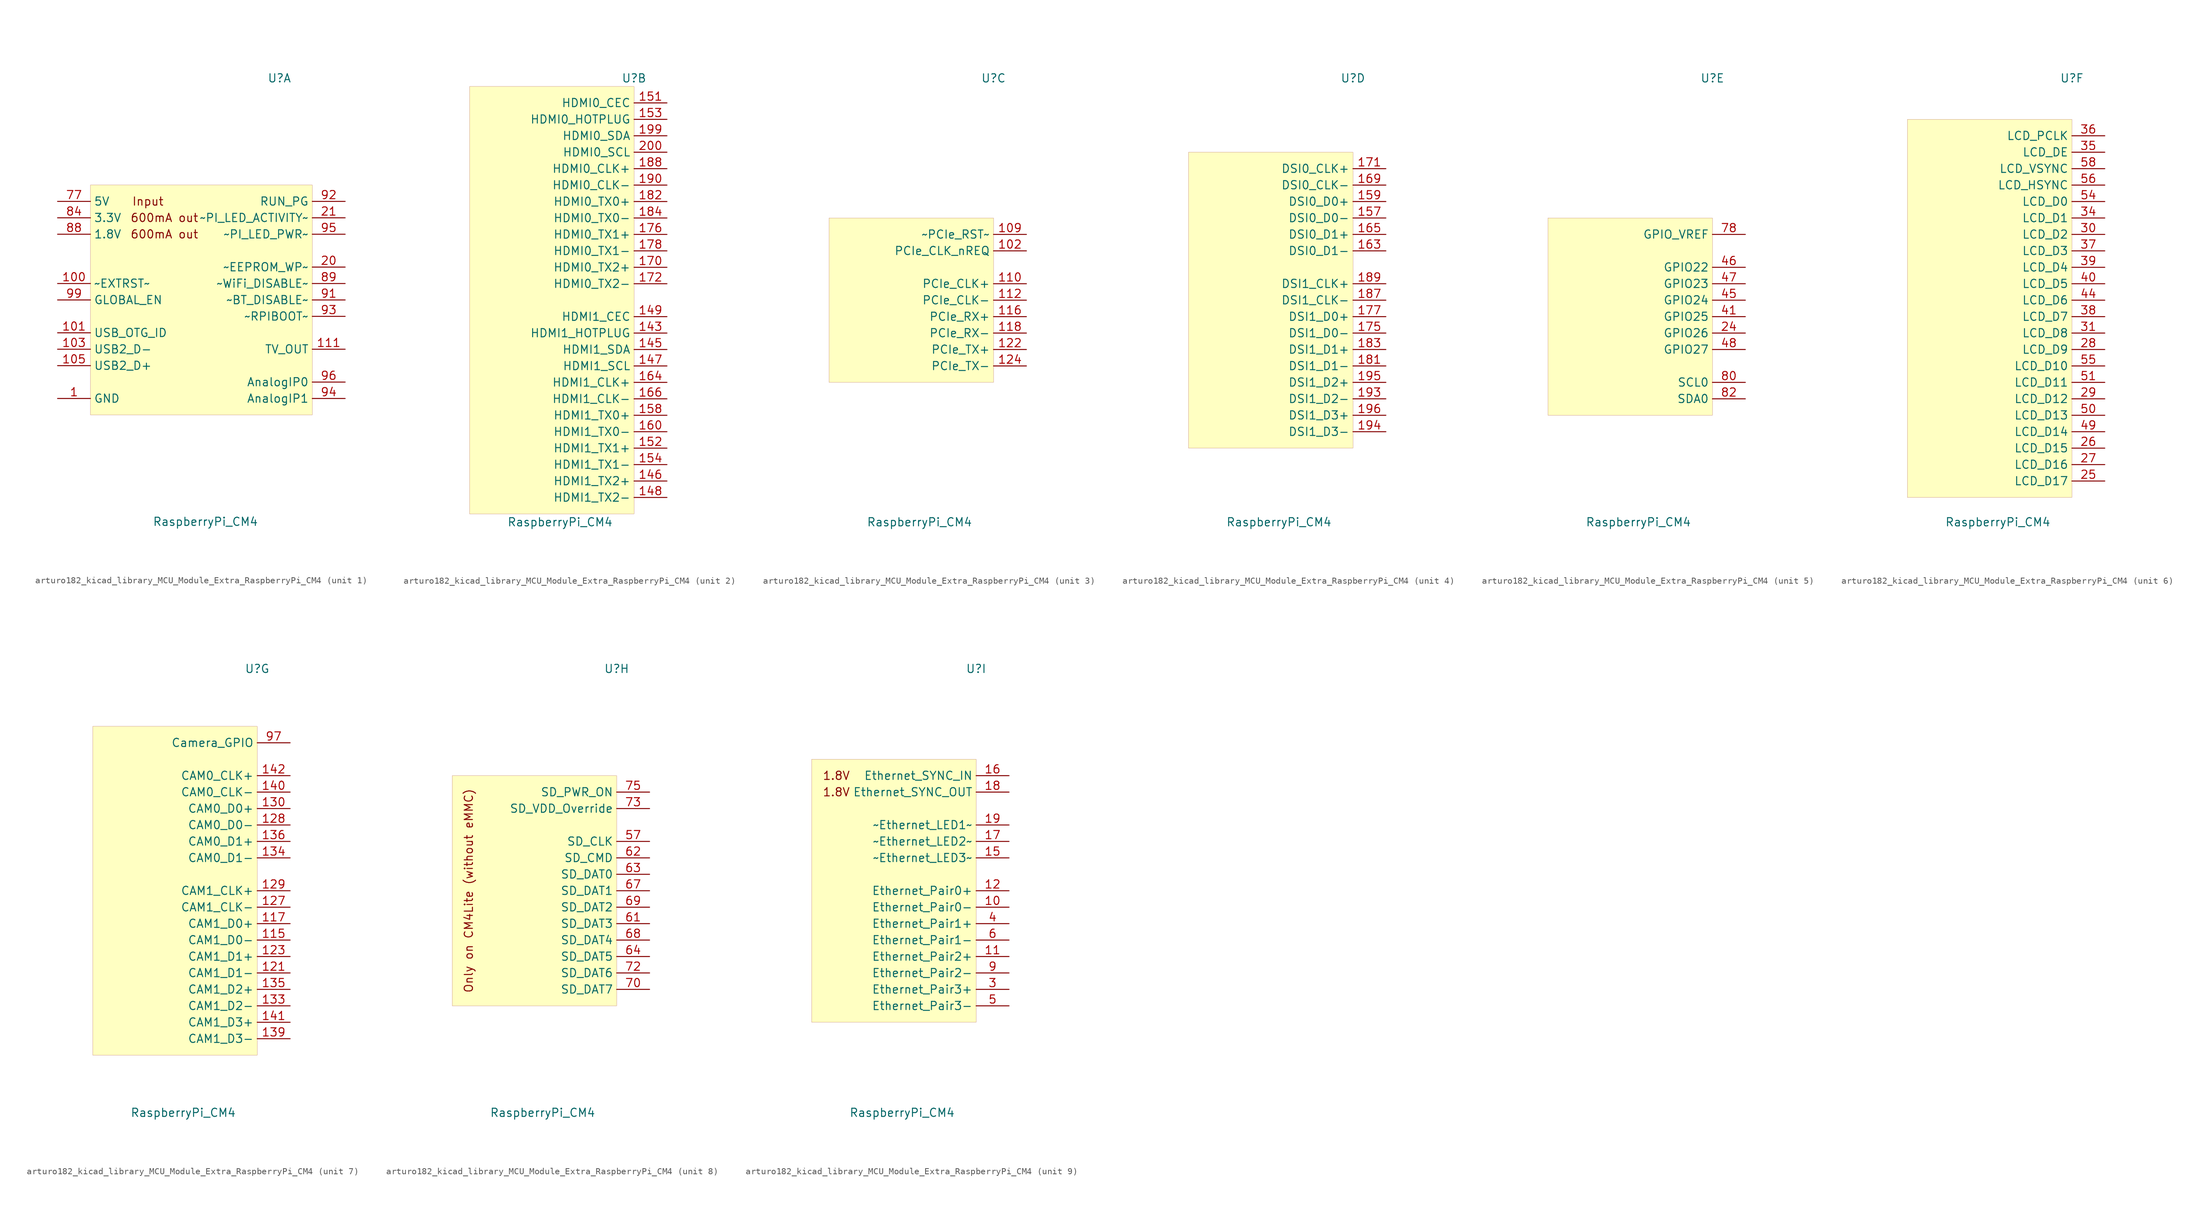
<source format=kicad_sym>
(kicad_symbol_lib
  (version 20220914)
  (generator kicad_symbol_editor)
  (symbol "MCU_Module_Extra:arturo182_kicad_library_MCU_Module_Extra_RaspberryPi_CM4"
    (property "Reference" "U"
      (at 12.7 34.29 0)
      (effects (font (size 1.27 1.27))))
    (property "Value" "RaspberryPi_CM4"
      (at 1.27 -34.29 0)
      (effects (font (size 1.27 1.27))))
    (property "ki_locked" ""
      (at 0 0 0)
      (effects (font (size 1.27 1.27))))
    (symbol "arturo182_kicad_library_MCU_Module_Extra_RaspberryPi_CM4_1_0"
      (text "600mA out" (at -5.08 10.16 0) (effects (font (size 1.27 1.27))))
      (text "600mA out" (at -5.08 12.7 0) (effects (font (size 1.27 1.27))))
      (text "Input" (at -7.62 15.24 0) (effects (font (size 1.27 1.27))))
      (rectangle (start -16.51 17.78) (end 17.78 -17.78) (stroke (width 0.001)) (fill (type background))))
    (symbol "arturo182_kicad_library_MCU_Module_Extra_RaspberryPi_CM4_1_1"
      (pin power_in line (at -21.59 -15.24 0) (length 5.08) (name "GND" (effects (font (size 1.27 1.27)))) (number "1" (effects (font (size 1.27 1.27)))))
      (pin output line (at -21.59 2.54 0) (length 5.08) (name "~EXTRST~" (effects (font (size 1.27 1.27)))) (number "100" (effects (font (size 1.27 1.27)))))
      (pin passive line (at -21.59 -15.24 0) (length 5.08) hide (name "GND" (effects (font (size 1.27 1.27)))) (number "13" (effects (font (size 1.27 1.27)))))
      (pin passive line (at -21.59 -15.24 0) (length 5.08) hide (name "GND" (effects (font (size 1.27 1.27)))) (number "14" (effects (font (size 1.27 1.27)))))
      (pin passive line (at -21.59 -15.24 0) (length 5.08) hide (name "GND" (effects (font (size 1.27 1.27)))) (number "2" (effects (font (size 1.27 1.27)))))
      (pin bidirectional line (at 22.86 5.08 180) (length 5.08) (name "~EEPROM_WP~" (effects (font (size 1.27 1.27)))) (number "20" (effects (font (size 1.27 1.27)))))
      (pin open_collector line (at 22.86 12.7 180) (length 5.08) (name "~PI_LED_ACTIVITY~" (effects (font (size 1.27 1.27)))) (number "21" (effects (font (size 1.27 1.27)))))
      (pin passive line (at -21.59 -15.24 0) (length 5.08) hide (name "GND" (effects (font (size 1.27 1.27)))) (number "22" (effects (font (size 1.27 1.27)))))
      (pin passive line (at -21.59 -15.24 0) (length 5.08) hide (name "GND" (effects (font (size 1.27 1.27)))) (number "23" (effects (font (size 1.27 1.27)))))
      (pin passive line (at -21.59 -15.24 0) (length 5.08) hide (name "GND" (effects (font (size 1.27 1.27)))) (number "32" (effects (font (size 1.27 1.27)))))
      (pin passive line (at -21.59 -15.24 0) (length 5.08) hide (name "GND" (effects (font (size 1.27 1.27)))) (number "33" (effects (font (size 1.27 1.27)))))
      (pin passive line (at -21.59 -15.24 0) (length 5.08) hide (name "GND" (effects (font (size 1.27 1.27)))) (number "42" (effects (font (size 1.27 1.27)))))
      (pin passive line (at -21.59 -15.24 0) (length 5.08) hide (name "GND" (effects (font (size 1.27 1.27)))) (number "43" (effects (font (size 1.27 1.27)))))
      (pin passive line (at -21.59 -15.24 0) (length 5.08) hide (name "GND" (effects (font (size 1.27 1.27)))) (number "52" (effects (font (size 1.27 1.27)))))
      (pin passive line (at -21.59 -15.24 0) (length 5.08) hide (name "GND" (effects (font (size 1.27 1.27)))) (number "53" (effects (font (size 1.27 1.27)))))
      (pin passive line (at -21.59 -15.24 0) (length 5.08) hide (name "GND" (effects (font (size 1.27 1.27)))) (number "59" (effects (font (size 1.27 1.27)))))
      (pin passive line (at -21.59 -15.24 0) (length 5.08) hide (name "GND" (effects (font (size 1.27 1.27)))) (number "60" (effects (font (size 1.27 1.27)))))
      (pin passive line (at -21.59 -15.24 0) (length 5.08) hide (name "GND" (effects (font (size 1.27 1.27)))) (number "65" (effects (font (size 1.27 1.27)))))
      (pin passive line (at -21.59 -15.24 0) (length 5.08) hide (name "GND" (effects (font (size 1.27 1.27)))) (number "66" (effects (font (size 1.27 1.27)))))
      (pin passive line (at -21.59 -15.24 0) (length 5.08) hide (name "GND" (effects (font (size 1.27 1.27)))) (number "7" (effects (font (size 1.27 1.27)))))
      (pin passive line (at -21.59 -15.24 0) (length 5.08) hide (name "GND" (effects (font (size 1.27 1.27)))) (number "71" (effects (font (size 1.27 1.27)))))
      (pin passive line (at -21.59 -15.24 0) (length 5.08) hide (name "GND" (effects (font (size 1.27 1.27)))) (number "74" (effects (font (size 1.27 1.27)))))
      (pin no_connect line (at -1.27 -10.16 0) (length 5.08) hide (name "Reserved" (effects (font (size 1.27 1.27)))) (number "76" (effects (font (size 1.27 1.27)))))
      (pin power_in line (at -21.59 15.24 0) (length 5.08) (name "5V" (effects (font (size 1.27 1.27)))) (number "77" (effects (font (size 1.27 1.27)))))
      (pin passive line (at -21.59 15.24 0) (length 5.08) hide (name "5V" (effects (font (size 1.27 1.27)))) (number "79" (effects (font (size 1.27 1.27)))))
      (pin passive line (at -21.59 -15.24 0) (length 5.08) hide (name "GND" (effects (font (size 1.27 1.27)))) (number "8" (effects (font (size 1.27 1.27)))))
      (pin passive line (at -21.59 15.24 0) (length 5.08) hide (name "5V" (effects (font (size 1.27 1.27)))) (number "81" (effects (font (size 1.27 1.27)))))
      (pin passive line (at -21.59 15.24 0) (length 5.08) hide (name "5V" (effects (font (size 1.27 1.27)))) (number "83" (effects (font (size 1.27 1.27)))))
      (pin power_out line (at -21.59 12.7 0) (length 5.08) (name "3.3V" (effects (font (size 1.27 1.27)))) (number "84" (effects (font (size 1.27 1.27)))))
      (pin passive line (at -21.59 15.24 0) (length 5.08) hide (name "5V" (effects (font (size 1.27 1.27)))) (number "85" (effects (font (size 1.27 1.27)))))
      (pin passive line (at -21.59 12.7 0) (length 5.08) hide (name "3.3V" (effects (font (size 1.27 1.27)))) (number "86" (effects (font (size 1.27 1.27)))))
      (pin passive line (at -21.59 15.24 0) (length 5.08) hide (name "5V" (effects (font (size 1.27 1.27)))) (number "87" (effects (font (size 1.27 1.27)))))
      (pin power_out line (at -21.59 10.16 0) (length 5.08) (name "1.8V" (effects (font (size 1.27 1.27)))) (number "88" (effects (font (size 1.27 1.27)))))
      (pin power_in line (at 22.86 2.54 180) (length 5.08) (name "~WiFi_DISABLE~" (effects (font (size 1.27 1.27)))) (number "89" (effects (font (size 1.27 1.27)))))
      (pin passive line (at -21.59 10.16 0) (length 5.08) hide (name "1.8V" (effects (font (size 1.27 1.27)))) (number "90" (effects (font (size 1.27 1.27)))))
      (pin input line (at 22.86 0 180) (length 5.08) (name "~BT_DISABLE~" (effects (font (size 1.27 1.27)))) (number "91" (effects (font (size 1.27 1.27)))))
      (pin bidirectional line (at 22.86 15.24 180) (length 5.08) (name "RUN_PG" (effects (font (size 1.27 1.27)))) (number "92" (effects (font (size 1.27 1.27)))))
      (pin input line (at 22.86 -2.54 180) (length 5.08) (name "~RPIBOOT~" (effects (font (size 1.27 1.27)))) (number "93" (effects (font (size 1.27 1.27)))))
      (pin output line (at 22.86 -15.24 180) (length 5.08) (name "AnalogIP1" (effects (font (size 1.27 1.27)))) (number "94" (effects (font (size 1.27 1.27)))))
      (pin output line (at 22.86 10.16 180) (length 5.08) (name "~PI_LED_PWR~" (effects (font (size 1.27 1.27)))) (number "95" (effects (font (size 1.27 1.27)))))
      (pin output line (at 22.86 -12.7 180) (length 5.08) (name "AnalogIP0" (effects (font (size 1.27 1.27)))) (number "96" (effects (font (size 1.27 1.27)))))
      (pin passive line (at -21.59 -15.24 0) (length 5.08) hide (name "GND" (effects (font (size 1.27 1.27)))) (number "98" (effects (font (size 1.27 1.27)))))
      (pin input line (at -21.59 0 0) (length 5.08) (name "GLOBAL_EN" (effects (font (size 1.27 1.27)))) (number "99" (effects (font (size 1.27 1.27)))))
      (pin input line (at -21.59 -5.08 0) (length 5.08) (name "USB_OTG_ID" (effects (font (size 1.27 1.27)))) (number "101" (effects (font (size 1.27 1.27)))))
      (pin passive line (at -21.59 -7.62 0) (length 5.08) (name "USB2_D-" (effects (font (size 1.27 1.27)))) (number "103" (effects (font (size 1.27 1.27)))))
      (pin no_connect line (at -1.27 -5.08 0) (length 5.08) hide (name "Reserved" (effects (font (size 1.27 1.27)))) (number "104" (effects (font (size 1.27 1.27)))))
      (pin passive line (at -21.59 -10.16 0) (length 5.08) (name "USB2_D+" (effects (font (size 1.27 1.27)))) (number "105" (effects (font (size 1.27 1.27)))))
      (pin no_connect line (at -1.27 -7.62 0) (length 5.08) hide (name "Reserved" (effects (font (size 1.27 1.27)))) (number "106" (effects (font (size 1.27 1.27)))))
      (pin passive line (at -21.59 -15.24 0) (length 5.08) hide (name "GND" (effects (font (size 1.27 1.27)))) (number "107" (effects (font (size 1.27 1.27)))))
      (pin passive line (at -21.59 -15.24 0) (length 5.08) hide (name "GND" (effects (font (size 1.27 1.27)))) (number "108" (effects (font (size 1.27 1.27)))))
      (pin passive line (at 22.86 -7.62 180) (length 5.08) (name "TV_OUT" (effects (font (size 1.27 1.27)))) (number "111" (effects (font (size 1.27 1.27)))))
      (pin passive line (at -21.59 -15.24 0) (length 5.08) hide (name "GND" (effects (font (size 1.27 1.27)))) (number "113" (effects (font (size 1.27 1.27)))))
      (pin passive line (at -21.59 -15.24 0) (length 5.08) hide (name "GND" (effects (font (size 1.27 1.27)))) (number "114" (effects (font (size 1.27 1.27)))))
      (pin passive line (at -21.59 -15.24 0) (length 5.08) hide (name "GND" (effects (font (size 1.27 1.27)))) (number "119" (effects (font (size 1.27 1.27)))))
      (pin passive line (at -21.59 -15.24 0) (length 5.08) hide (name "GND" (effects (font (size 1.27 1.27)))) (number "120" (effects (font (size 1.27 1.27)))))
      (pin passive line (at -21.59 -15.24 0) (length 5.08) hide (name "GND" (effects (font (size 1.27 1.27)))) (number "125" (effects (font (size 1.27 1.27)))))
      (pin passive line (at -21.59 -15.24 0) (length 5.08) hide (name "GND" (effects (font (size 1.27 1.27)))) (number "126" (effects (font (size 1.27 1.27)))))
      (pin passive line (at -21.59 -15.24 0) (length 5.08) hide (name "GND" (effects (font (size 1.27 1.27)))) (number "131" (effects (font (size 1.27 1.27)))))
      (pin passive line (at -21.59 -15.24 0) (length 5.08) hide (name "GND" (effects (font (size 1.27 1.27)))) (number "132" (effects (font (size 1.27 1.27)))))
      (pin passive line (at -21.59 -15.24 0) (length 5.08) hide (name "GND" (effects (font (size 1.27 1.27)))) (number "137" (effects (font (size 1.27 1.27)))))
      (pin passive line (at -21.59 -15.24 0) (length 5.08) hide (name "GND" (effects (font (size 1.27 1.27)))) (number "138" (effects (font (size 1.27 1.27)))))
      (pin passive line (at -21.59 -15.24 0) (length 5.08) hide (name "GND" (effects (font (size 1.27 1.27)))) (number "144" (effects (font (size 1.27 1.27)))))
      (pin passive line (at -21.59 -15.24 0) (length 5.08) hide (name "GND" (effects (font (size 1.27 1.27)))) (number "150" (effects (font (size 1.27 1.27)))))
      (pin passive line (at -21.59 -15.24 0) (length 5.08) hide (name "GND" (effects (font (size 1.27 1.27)))) (number "155" (effects (font (size 1.27 1.27)))))
      (pin passive line (at -21.59 -15.24 0) (length 5.08) hide (name "GND" (effects (font (size 1.27 1.27)))) (number "156" (effects (font (size 1.27 1.27)))))
      (pin passive line (at -21.59 -15.24 0) (length 5.08) hide (name "GND" (effects (font (size 1.27 1.27)))) (number "161" (effects (font (size 1.27 1.27)))))
      (pin passive line (at -21.59 -15.24 0) (length 5.08) hide (name "GND" (effects (font (size 1.27 1.27)))) (number "162" (effects (font (size 1.27 1.27)))))
      (pin passive line (at -21.59 -15.24 0) (length 5.08) hide (name "GND" (effects (font (size 1.27 1.27)))) (number "167" (effects (font (size 1.27 1.27)))))
      (pin passive line (at -21.59 -15.24 0) (length 5.08) hide (name "GND" (effects (font (size 1.27 1.27)))) (number "168" (effects (font (size 1.27 1.27)))))
      (pin passive line (at -21.59 -15.24 0) (length 5.08) hide (name "GND" (effects (font (size 1.27 1.27)))) (number "173" (effects (font (size 1.27 1.27)))))
      (pin passive line (at -21.59 -15.24 0) (length 5.08) hide (name "GND" (effects (font (size 1.27 1.27)))) (number "174" (effects (font (size 1.27 1.27)))))
      (pin passive line (at -21.59 -15.24 0) (length 5.08) hide (name "GND" (effects (font (size 1.27 1.27)))) (number "179" (effects (font (size 1.27 1.27)))))
      (pin passive line (at -21.59 -15.24 0) (length 5.08) hide (name "GND" (effects (font (size 1.27 1.27)))) (number "180" (effects (font (size 1.27 1.27)))))
      (pin passive line (at -21.59 -15.24 0) (length 5.08) hide (name "GND" (effects (font (size 1.27 1.27)))) (number "185" (effects (font (size 1.27 1.27)))))
      (pin passive line (at -21.59 -15.24 0) (length 5.08) hide (name "GND" (effects (font (size 1.27 1.27)))) (number "186" (effects (font (size 1.27 1.27)))))
      (pin passive line (at -21.59 -15.24 0) (length 5.08) hide (name "GND" (effects (font (size 1.27 1.27)))) (number "191" (effects (font (size 1.27 1.27)))))
      (pin passive line (at -21.59 -15.24 0) (length 5.08) hide (name "GND" (effects (font (size 1.27 1.27)))) (number "192" (effects (font (size 1.27 1.27)))))
      (pin passive line (at -21.59 -15.24 0) (length 5.08) hide (name "GND" (effects (font (size 1.27 1.27)))) (number "197" (effects (font (size 1.27 1.27)))))
      (pin passive line (at -21.59 -15.24 0) (length 5.08) hide (name "GND" (effects (font (size 1.27 1.27)))) (number "198" (effects (font (size 1.27 1.27))))))
    (symbol "arturo182_kicad_library_MCU_Module_Extra_RaspberryPi_CM4_2_0"
      (rectangle (start -12.7 33.02) (end 12.7 -33.02) (stroke (width 0.001)) (fill (type background))))
    (symbol "arturo182_kicad_library_MCU_Module_Extra_RaspberryPi_CM4_2_1"
      (pin input line (at 17.78 -5.08 180) (length 5.08) (name "HDMI1_HOTPLUG" (effects (font (size 1.27 1.27)))) (number "143" (effects (font (size 1.27 1.27)))))
      (pin bidirectional line (at 17.78 -7.62 180) (length 5.08) (name "HDMI1_SDA" (effects (font (size 1.27 1.27)))) (number "145" (effects (font (size 1.27 1.27)))))
      (pin output line (at 17.78 -27.94 180) (length 5.08) (name "HDMI1_TX2+" (effects (font (size 1.27 1.27)))) (number "146" (effects (font (size 1.27 1.27)))))
      (pin open_collector line (at 17.78 -10.16 180) (length 5.08) (name "HDMI1_SCL" (effects (font (size 1.27 1.27)))) (number "147" (effects (font (size 1.27 1.27)))))
      (pin output line (at 17.78 -30.48 180) (length 5.08) (name "HDMI1_TX2-" (effects (font (size 1.27 1.27)))) (number "148" (effects (font (size 1.27 1.27)))))
      (pin open_collector line (at 17.78 -2.54 180) (length 5.08) (name "HDMI1_CEC" (effects (font (size 1.27 1.27)))) (number "149" (effects (font (size 1.27 1.27)))))
      (pin open_collector line (at 17.78 30.48 180) (length 5.08) (name "HDMI0_CEC" (effects (font (size 1.27 1.27)))) (number "151" (effects (font (size 1.27 1.27)))))
      (pin output line (at 17.78 -22.86 180) (length 5.08) (name "HDMI1_TX1+" (effects (font (size 1.27 1.27)))) (number "152" (effects (font (size 1.27 1.27)))))
      (pin input line (at 17.78 27.94 180) (length 5.08) (name "HDMI0_HOTPLUG" (effects (font (size 1.27 1.27)))) (number "153" (effects (font (size 1.27 1.27)))))
      (pin output line (at 17.78 -25.4 180) (length 5.08) (name "HDMI1_TX1-" (effects (font (size 1.27 1.27)))) (number "154" (effects (font (size 1.27 1.27)))))
      (pin output line (at 17.78 -17.78 180) (length 5.08) (name "HDMI1_TX0+" (effects (font (size 1.27 1.27)))) (number "158" (effects (font (size 1.27 1.27)))))
      (pin output line (at 17.78 -20.32 180) (length 5.08) (name "HDMI1_TX0-" (effects (font (size 1.27 1.27)))) (number "160" (effects (font (size 1.27 1.27)))))
      (pin output line (at 17.78 -12.7 180) (length 5.08) (name "HDMI1_CLK+" (effects (font (size 1.27 1.27)))) (number "164" (effects (font (size 1.27 1.27)))))
      (pin output line (at 17.78 -15.24 180) (length 5.08) (name "HDMI1_CLK-" (effects (font (size 1.27 1.27)))) (number "166" (effects (font (size 1.27 1.27)))))
      (pin output line (at 17.78 5.08 180) (length 5.08) (name "HDMI0_TX2+" (effects (font (size 1.27 1.27)))) (number "170" (effects (font (size 1.27 1.27)))))
      (pin output line (at 17.78 2.54 180) (length 5.08) (name "HDMI0_TX2-" (effects (font (size 1.27 1.27)))) (number "172" (effects (font (size 1.27 1.27)))))
      (pin output line (at 17.78 10.16 180) (length 5.08) (name "HDMI0_TX1+" (effects (font (size 1.27 1.27)))) (number "176" (effects (font (size 1.27 1.27)))))
      (pin output line (at 17.78 7.62 180) (length 5.08) (name "HDMI0_TX1-" (effects (font (size 1.27 1.27)))) (number "178" (effects (font (size 1.27 1.27)))))
      (pin output line (at 17.78 15.24 180) (length 5.08) (name "HDMI0_TX0+" (effects (font (size 1.27 1.27)))) (number "182" (effects (font (size 1.27 1.27)))))
      (pin output line (at 17.78 12.7 180) (length 5.08) (name "HDMI0_TX0-" (effects (font (size 1.27 1.27)))) (number "184" (effects (font (size 1.27 1.27)))))
      (pin output line (at 17.78 20.32 180) (length 5.08) (name "HDMI0_CLK+" (effects (font (size 1.27 1.27)))) (number "188" (effects (font (size 1.27 1.27)))))
      (pin output line (at 17.78 17.78 180) (length 5.08) (name "HDMI0_CLK-" (effects (font (size 1.27 1.27)))) (number "190" (effects (font (size 1.27 1.27)))))
      (pin bidirectional line (at 17.78 25.4 180) (length 5.08) (name "HDMI0_SDA" (effects (font (size 1.27 1.27)))) (number "199" (effects (font (size 1.27 1.27)))))
      (pin open_collector line (at 17.78 22.86 180) (length 5.08) (name "HDMI0_SCL" (effects (font (size 1.27 1.27)))) (number "200" (effects (font (size 1.27 1.27))))))
    (symbol "arturo182_kicad_library_MCU_Module_Extra_RaspberryPi_CM4_3_0"
      (rectangle (start -12.7 12.7) (end 12.7 -12.7) (stroke (width 0.001)) (fill (type background))))
    (symbol "arturo182_kicad_library_MCU_Module_Extra_RaspberryPi_CM4_3_1"
      (pin input line (at 17.78 7.62 180) (length 5.08) (name "PCIe_CLK_nREQ" (effects (font (size 1.27 1.27)))) (number "102" (effects (font (size 1.27 1.27)))))
      (pin bidirectional line (at 17.78 10.16 180) (length 5.08) (name "~PCIe_RST~" (effects (font (size 1.27 1.27)))) (number "109" (effects (font (size 1.27 1.27)))))
      (pin output line (at 17.78 2.54 180) (length 5.08) (name "PCIe_CLK+" (effects (font (size 1.27 1.27)))) (number "110" (effects (font (size 1.27 1.27)))))
      (pin output line (at 17.78 0 180) (length 5.08) (name "PCIe_CLK-" (effects (font (size 1.27 1.27)))) (number "112" (effects (font (size 1.27 1.27)))))
      (pin input line (at 17.78 -2.54 180) (length 5.08) (name "PCIe_RX+" (effects (font (size 1.27 1.27)))) (number "116" (effects (font (size 1.27 1.27)))))
      (pin input line (at 17.78 -5.08 180) (length 5.08) (name "PCIe_RX-" (effects (font (size 1.27 1.27)))) (number "118" (effects (font (size 1.27 1.27)))))
      (pin output line (at 17.78 -7.62 180) (length 5.08) (name "PCIe_TX+" (effects (font (size 1.27 1.27)))) (number "122" (effects (font (size 1.27 1.27)))))
      (pin output line (at 17.78 -10.16 180) (length 5.08) (name "PCIe_TX-" (effects (font (size 1.27 1.27)))) (number "124" (effects (font (size 1.27 1.27))))))
    (symbol "arturo182_kicad_library_MCU_Module_Extra_RaspberryPi_CM4_4_0"
      (rectangle (start -12.7 22.86) (end 12.7 -22.86) (stroke (width 0.001)) (fill (type background))))
    (symbol "arturo182_kicad_library_MCU_Module_Extra_RaspberryPi_CM4_4_1"
      (pin bidirectional line (at 17.78 12.7 180) (length 5.08) (name "DSI0_D0-" (effects (font (size 1.27 1.27)))) (number "157" (effects (font (size 1.27 1.27)))))
      (pin bidirectional line (at 17.78 15.24 180) (length 5.08) (name "DSI0_D0+" (effects (font (size 1.27 1.27)))) (number "159" (effects (font (size 1.27 1.27)))))
      (pin bidirectional line (at 17.78 7.62 180) (length 5.08) (name "DSI0_D1-" (effects (font (size 1.27 1.27)))) (number "163" (effects (font (size 1.27 1.27)))))
      (pin bidirectional line (at 17.78 10.16 180) (length 5.08) (name "DSI0_D1+" (effects (font (size 1.27 1.27)))) (number "165" (effects (font (size 1.27 1.27)))))
      (pin open_collector line (at 17.78 17.78 180) (length 5.08) (name "DSI0_CLK-" (effects (font (size 1.27 1.27)))) (number "169" (effects (font (size 1.27 1.27)))))
      (pin open_collector line (at 17.78 20.32 180) (length 5.08) (name "DSI0_CLK+" (effects (font (size 1.27 1.27)))) (number "171" (effects (font (size 1.27 1.27)))))
      (pin bidirectional line (at 17.78 -5.08 180) (length 5.08) (name "DSI1_D0-" (effects (font (size 1.27 1.27)))) (number "175" (effects (font (size 1.27 1.27)))))
      (pin bidirectional line (at 17.78 -2.54 180) (length 5.08) (name "DSI1_D0+" (effects (font (size 1.27 1.27)))) (number "177" (effects (font (size 1.27 1.27)))))
      (pin bidirectional line (at 17.78 -10.16 180) (length 5.08) (name "DSI1_D1-" (effects (font (size 1.27 1.27)))) (number "181" (effects (font (size 1.27 1.27)))))
      (pin bidirectional line (at 17.78 -7.62 180) (length 5.08) (name "DSI1_D1+" (effects (font (size 1.27 1.27)))) (number "183" (effects (font (size 1.27 1.27)))))
      (pin bidirectional line (at 17.78 0 180) (length 5.08) (name "DSI1_CLK-" (effects (font (size 1.27 1.27)))) (number "187" (effects (font (size 1.27 1.27)))))
      (pin bidirectional line (at 17.78 2.54 180) (length 5.08) (name "DSI1_CLK+" (effects (font (size 1.27 1.27)))) (number "189" (effects (font (size 1.27 1.27)))))
      (pin bidirectional line (at 17.78 -15.24 180) (length 5.08) (name "DSI1_D2-" (effects (font (size 1.27 1.27)))) (number "193" (effects (font (size 1.27 1.27)))))
      (pin bidirectional line (at 17.78 -20.32 180) (length 5.08) (name "DSI1_D3-" (effects (font (size 1.27 1.27)))) (number "194" (effects (font (size 1.27 1.27)))))
      (pin bidirectional line (at 17.78 -12.7 180) (length 5.08) (name "DSI1_D2+" (effects (font (size 1.27 1.27)))) (number "195" (effects (font (size 1.27 1.27)))))
      (pin bidirectional line (at 17.78 -17.78 180) (length 5.08) (name "DSI1_D3+" (effects (font (size 1.27 1.27)))) (number "196" (effects (font (size 1.27 1.27))))))
    (symbol "arturo182_kicad_library_MCU_Module_Extra_RaspberryPi_CM4_5_0"
      (rectangle (start -12.7 12.7) (end 12.7 -17.78) (stroke (width 0.001)) (fill (type background))))
    (symbol "arturo182_kicad_library_MCU_Module_Extra_RaspberryPi_CM4_5_1"
      (pin bidirectional line (at 17.78 -5.08 180) (length 5.08) (name "GPIO26" (effects (font (size 1.27 1.27)))) (number "24" (effects (font (size 1.27 1.27)))))
      (pin bidirectional line (at 17.78 -2.54 180) (length 5.08) (name "GPIO25" (effects (font (size 1.27 1.27)))) (number "41" (effects (font (size 1.27 1.27)))))
      (pin bidirectional line (at 17.78 0 180) (length 5.08) (name "GPIO24" (effects (font (size 1.27 1.27)))) (number "45" (effects (font (size 1.27 1.27)))))
      (pin bidirectional line (at 17.78 5.08 180) (length 5.08) (name "GPIO22" (effects (font (size 1.27 1.27)))) (number "46" (effects (font (size 1.27 1.27)))))
      (pin bidirectional line (at 17.78 2.54 180) (length 5.08) (name "GPIO23" (effects (font (size 1.27 1.27)))) (number "47" (effects (font (size 1.27 1.27)))))
      (pin bidirectional line (at 17.78 -7.62 180) (length 5.08) (name "GPIO27" (effects (font (size 1.27 1.27)))) (number "48" (effects (font (size 1.27 1.27)))))
      (pin power_in line (at 17.78 10.16 180) (length 5.08) (name "GPIO_VREF" (effects (font (size 1.27 1.27)))) (number "78" (effects (font (size 1.27 1.27)))))
      (pin passive line (at 17.78 -12.7 180) (length 5.08) (name "SCL0" (effects (font (size 1.27 1.27)))) (number "80" (effects (font (size 1.27 1.27)))))
      (pin passive line (at 17.78 -15.24 180) (length 5.08) (name "SDA0" (effects (font (size 1.27 1.27)))) (number "82" (effects (font (size 1.27 1.27))))))
    (symbol "arturo182_kicad_library_MCU_Module_Extra_RaspberryPi_CM4_6_0"
      (rectangle (start -12.7 27.94) (end 12.7 -30.48) (stroke (width 0.001)) (fill (type background))))
    (symbol "arturo182_kicad_library_MCU_Module_Extra_RaspberryPi_CM4_6_1"
      (pin bidirectional line (at 17.78 -27.94 180) (length 5.08) (name "LCD_D17" (effects (font (size 1.27 1.27)))) (number "25" (effects (font (size 1.27 1.27)))))
      (pin bidirectional line (at 17.78 -22.86 180) (length 5.08) (name "LCD_D15" (effects (font (size 1.27 1.27)))) (number "26" (effects (font (size 1.27 1.27)))))
      (pin bidirectional line (at 17.78 -25.4 180) (length 5.08) (name "LCD_D16" (effects (font (size 1.27 1.27)))) (number "27" (effects (font (size 1.27 1.27)))))
      (pin bidirectional line (at 17.78 -7.62 180) (length 5.08) (name "LCD_D9" (effects (font (size 1.27 1.27)))) (number "28" (effects (font (size 1.27 1.27)))))
      (pin bidirectional line (at 17.78 -15.24 180) (length 5.08) (name "LCD_D12" (effects (font (size 1.27 1.27)))) (number "29" (effects (font (size 1.27 1.27)))))
      (pin bidirectional line (at 17.78 10.16 180) (length 5.08) (name "LCD_D2" (effects (font (size 1.27 1.27)))) (number "30" (effects (font (size 1.27 1.27)))))
      (pin bidirectional line (at 17.78 -5.08 180) (length 5.08) (name "LCD_D8" (effects (font (size 1.27 1.27)))) (number "31" (effects (font (size 1.27 1.27)))))
      (pin bidirectional line (at 17.78 12.7 180) (length 5.08) (name "LCD_D1" (effects (font (size 1.27 1.27)))) (number "34" (effects (font (size 1.27 1.27)))))
      (pin bidirectional line (at 17.78 22.86 180) (length 5.08) (name "LCD_DE" (effects (font (size 1.27 1.27)))) (number "35" (effects (font (size 1.27 1.27)))))
      (pin bidirectional line (at 17.78 25.4 180) (length 5.08) (name "LCD_PCLK" (effects (font (size 1.27 1.27)))) (number "36" (effects (font (size 1.27 1.27)))))
      (pin bidirectional line (at 17.78 7.62 180) (length 5.08) (name "LCD_D3" (effects (font (size 1.27 1.27)))) (number "37" (effects (font (size 1.27 1.27)))))
      (pin bidirectional line (at 17.78 -2.54 180) (length 5.08) (name "LCD_D7" (effects (font (size 1.27 1.27)))) (number "38" (effects (font (size 1.27 1.27)))))
      (pin bidirectional line (at 17.78 5.08 180) (length 5.08) (name "LCD_D4" (effects (font (size 1.27 1.27)))) (number "39" (effects (font (size 1.27 1.27)))))
      (pin bidirectional line (at 17.78 2.54 180) (length 5.08) (name "LCD_D5" (effects (font (size 1.27 1.27)))) (number "40" (effects (font (size 1.27 1.27)))))
      (pin bidirectional line (at 17.78 0 180) (length 5.08) (name "LCD_D6" (effects (font (size 1.27 1.27)))) (number "44" (effects (font (size 1.27 1.27)))))
      (pin bidirectional line (at 17.78 -20.32 180) (length 5.08) (name "LCD_D14" (effects (font (size 1.27 1.27)))) (number "49" (effects (font (size 1.27 1.27)))))
      (pin bidirectional line (at 17.78 -17.78 180) (length 5.08) (name "LCD_D13" (effects (font (size 1.27 1.27)))) (number "50" (effects (font (size 1.27 1.27)))))
      (pin bidirectional line (at 17.78 -12.7 180) (length 5.08) (name "LCD_D11" (effects (font (size 1.27 1.27)))) (number "51" (effects (font (size 1.27 1.27)))))
      (pin bidirectional line (at 17.78 15.24 180) (length 5.08) (name "LCD_D0" (effects (font (size 1.27 1.27)))) (number "54" (effects (font (size 1.27 1.27)))))
      (pin bidirectional line (at 17.78 -10.16 180) (length 5.08) (name "LCD_D10" (effects (font (size 1.27 1.27)))) (number "55" (effects (font (size 1.27 1.27)))))
      (pin bidirectional line (at 17.78 17.78 180) (length 5.08) (name "LCD_HSYNC" (effects (font (size 1.27 1.27)))) (number "56" (effects (font (size 1.27 1.27)))))
      (pin bidirectional line (at 17.78 20.32 180) (length 5.08) (name "LCD_VSYNC" (effects (font (size 1.27 1.27)))) (number "58" (effects (font (size 1.27 1.27))))))
    (symbol "arturo182_kicad_library_MCU_Module_Extra_RaspberryPi_CM4_7_0"
      (rectangle (start -12.7 25.4) (end 12.7 -25.4) (stroke (width 0.001)) (fill (type background))))
    (symbol "arturo182_kicad_library_MCU_Module_Extra_RaspberryPi_CM4_7_1"
      (pin bidirectional line (at 17.78 22.86 180) (length 5.08) (name "Camera_GPIO" (effects (font (size 1.27 1.27)))) (number "97" (effects (font (size 1.27 1.27)))))
      (pin bidirectional line (at 17.78 -7.62 180) (length 5.08) (name "CAM1_D0-" (effects (font (size 1.27 1.27)))) (number "115" (effects (font (size 1.27 1.27)))))
      (pin bidirectional line (at 17.78 -5.08 180) (length 5.08) (name "CAM1_D0+" (effects (font (size 1.27 1.27)))) (number "117" (effects (font (size 1.27 1.27)))))
      (pin bidirectional line (at 17.78 -12.7 180) (length 5.08) (name "CAM1_D1-" (effects (font (size 1.27 1.27)))) (number "121" (effects (font (size 1.27 1.27)))))
      (pin bidirectional line (at 17.78 -10.16 180) (length 5.08) (name "CAM1_D1+" (effects (font (size 1.27 1.27)))) (number "123" (effects (font (size 1.27 1.27)))))
      (pin output line (at 17.78 -2.54 180) (length 5.08) (name "CAM1_CLK-" (effects (font (size 1.27 1.27)))) (number "127" (effects (font (size 1.27 1.27)))))
      (pin bidirectional line (at 17.78 10.16 180) (length 5.08) (name "CAM0_D0-" (effects (font (size 1.27 1.27)))) (number "128" (effects (font (size 1.27 1.27)))))
      (pin output line (at 17.78 0 180) (length 5.08) (name "CAM1_CLK+" (effects (font (size 1.27 1.27)))) (number "129" (effects (font (size 1.27 1.27)))))
      (pin bidirectional line (at 17.78 12.7 180) (length 5.08) (name "CAM0_D0+" (effects (font (size 1.27 1.27)))) (number "130" (effects (font (size 1.27 1.27)))))
      (pin bidirectional line (at 17.78 -17.78 180) (length 5.08) (name "CAM1_D2-" (effects (font (size 1.27 1.27)))) (number "133" (effects (font (size 1.27 1.27)))))
      (pin bidirectional line (at 17.78 5.08 180) (length 5.08) (name "CAM0_D1-" (effects (font (size 1.27 1.27)))) (number "134" (effects (font (size 1.27 1.27)))))
      (pin bidirectional line (at 17.78 -15.24 180) (length 5.08) (name "CAM1_D2+" (effects (font (size 1.27 1.27)))) (number "135" (effects (font (size 1.27 1.27)))))
      (pin bidirectional line (at 17.78 7.62 180) (length 5.08) (name "CAM0_D1+" (effects (font (size 1.27 1.27)))) (number "136" (effects (font (size 1.27 1.27)))))
      (pin bidirectional line (at 17.78 -22.86 180) (length 5.08) (name "CAM1_D3-" (effects (font (size 1.27 1.27)))) (number "139" (effects (font (size 1.27 1.27)))))
      (pin output line (at 17.78 15.24 180) (length 5.08) (name "CAM0_CLK-" (effects (font (size 1.27 1.27)))) (number "140" (effects (font (size 1.27 1.27)))))
      (pin bidirectional line (at 17.78 -20.32 180) (length 5.08) (name "CAM1_D3+" (effects (font (size 1.27 1.27)))) (number "141" (effects (font (size 1.27 1.27)))))
      (pin output line (at 17.78 17.78 180) (length 5.08) (name "CAM0_CLK+" (effects (font (size 1.27 1.27)))) (number "142" (effects (font (size 1.27 1.27))))))
    (symbol "arturo182_kicad_library_MCU_Module_Extra_RaspberryPi_CM4_8_0"
      (text "Only on CM4Lite (without eMMC)" (at -10.16 0 900) (effects (font (size 1.27 1.27))))
      (rectangle (start -12.7 17.78) (end 12.7 -17.78) (stroke (width 0.001)) (fill (type background))))
    (symbol "arturo182_kicad_library_MCU_Module_Extra_RaspberryPi_CM4_8_1"
      (pin passive line (at 17.78 7.62 180) (length 5.08) (name "SD_CLK" (effects (font (size 1.27 1.27)))) (number "57" (effects (font (size 1.27 1.27)))))
      (pin passive line (at 17.78 -5.08 180) (length 5.08) (name "SD_DAT3" (effects (font (size 1.27 1.27)))) (number "61" (effects (font (size 1.27 1.27)))))
      (pin passive line (at 17.78 5.08 180) (length 5.08) (name "SD_CMD" (effects (font (size 1.27 1.27)))) (number "62" (effects (font (size 1.27 1.27)))))
      (pin passive line (at 17.78 2.54 180) (length 5.08) (name "SD_DAT0" (effects (font (size 1.27 1.27)))) (number "63" (effects (font (size 1.27 1.27)))))
      (pin passive line (at 17.78 -10.16 180) (length 5.08) (name "SD_DAT5" (effects (font (size 1.27 1.27)))) (number "64" (effects (font (size 1.27 1.27)))))
      (pin passive line (at 17.78 0 180) (length 5.08) (name "SD_DAT1" (effects (font (size 1.27 1.27)))) (number "67" (effects (font (size 1.27 1.27)))))
      (pin passive line (at 17.78 -7.62 180) (length 5.08) (name "SD_DAT4" (effects (font (size 1.27 1.27)))) (number "68" (effects (font (size 1.27 1.27)))))
      (pin passive line (at 17.78 -2.54 180) (length 5.08) (name "SD_DAT2" (effects (font (size 1.27 1.27)))) (number "69" (effects (font (size 1.27 1.27)))))
      (pin passive line (at 17.78 -15.24 180) (length 5.08) (name "SD_DAT7" (effects (font (size 1.27 1.27)))) (number "70" (effects (font (size 1.27 1.27)))))
      (pin passive line (at 17.78 -12.7 180) (length 5.08) (name "SD_DAT6" (effects (font (size 1.27 1.27)))) (number "72" (effects (font (size 1.27 1.27)))))
      (pin input line (at 17.78 12.7 180) (length 5.08) (name "SD_VDD_Override" (effects (font (size 1.27 1.27)))) (number "73" (effects (font (size 1.27 1.27)))))
      (pin output line (at 17.78 15.24 180) (length 5.08) (name "SD_PWR_ON" (effects (font (size 1.27 1.27)))) (number "75" (effects (font (size 1.27 1.27))))))
    (symbol "arturo182_kicad_library_MCU_Module_Extra_RaspberryPi_CM4_9_0"
      (text "1.8V" (at -8.89 15.24 0) (effects (font (size 1.27 1.27))))
      (text "1.8V" (at -8.89 17.78 0) (effects (font (size 1.27 1.27))))
      (rectangle (start 12.7 20.32) (end -12.7 -20.32) (stroke (width 0.001)) (fill (type background))))
    (symbol "arturo182_kicad_library_MCU_Module_Extra_RaspberryPi_CM4_9_1"
      (pin bidirectional line (at 17.78 -2.54 180) (length 5.08) (name "Ethernet_Pair0-" (effects (font (size 1.27 1.27)))) (number "10" (effects (font (size 1.27 1.27)))))
      (pin bidirectional line (at 17.78 -10.16 180) (length 5.08) (name "Ethernet_Pair2+" (effects (font (size 1.27 1.27)))) (number "11" (effects (font (size 1.27 1.27)))))
      (pin bidirectional line (at 17.78 0 180) (length 5.08) (name "Ethernet_Pair0+" (effects (font (size 1.27 1.27)))) (number "12" (effects (font (size 1.27 1.27)))))
      (pin output line (at 17.78 5.08 180) (length 5.08) (name "~Ethernet_LED3~" (effects (font (size 1.27 1.27)))) (number "15" (effects (font (size 1.27 1.27)))))
      (pin input line (at 17.78 17.78 180) (length 5.08) (name "Ethernet_SYNC_IN" (effects (font (size 1.27 1.27)))) (number "16" (effects (font (size 1.27 1.27)))))
      (pin output line (at 17.78 7.62 180) (length 5.08) (name "~Ethernet_LED2~" (effects (font (size 1.27 1.27)))) (number "17" (effects (font (size 1.27 1.27)))))
      (pin input line (at 17.78 15.24 180) (length 5.08) (name "Ethernet_SYNC_OUT" (effects (font (size 1.27 1.27)))) (number "18" (effects (font (size 1.27 1.27)))))
      (pin output line (at 17.78 10.16 180) (length 5.08) (name "~Ethernet_LED1~" (effects (font (size 1.27 1.27)))) (number "19" (effects (font (size 1.27 1.27)))))
      (pin bidirectional line (at 17.78 -15.24 180) (length 5.08) (name "Ethernet_Pair3+" (effects (font (size 1.27 1.27)))) (number "3" (effects (font (size 1.27 1.27)))))
      (pin bidirectional line (at 17.78 -5.08 180) (length 5.08) (name "Ethernet_Pair1+" (effects (font (size 1.27 1.27)))) (number "4" (effects (font (size 1.27 1.27)))))
      (pin bidirectional line (at 17.78 -17.78 180) (length 5.08) (name "Ethernet_Pair3-" (effects (font (size 1.27 1.27)))) (number "5" (effects (font (size 1.27 1.27)))))
      (pin bidirectional line (at 17.78 -7.62 180) (length 5.08) (name "Ethernet_Pair1-" (effects (font (size 1.27 1.27)))) (number "6" (effects (font (size 1.27 1.27)))))
      (pin bidirectional line (at 17.78 -12.7 180) (length 5.08) (name "Ethernet_Pair2-" (effects (font (size 1.27 1.27)))) (number "9" (effects (font (size 1.27 1.27))))))))
</source>
